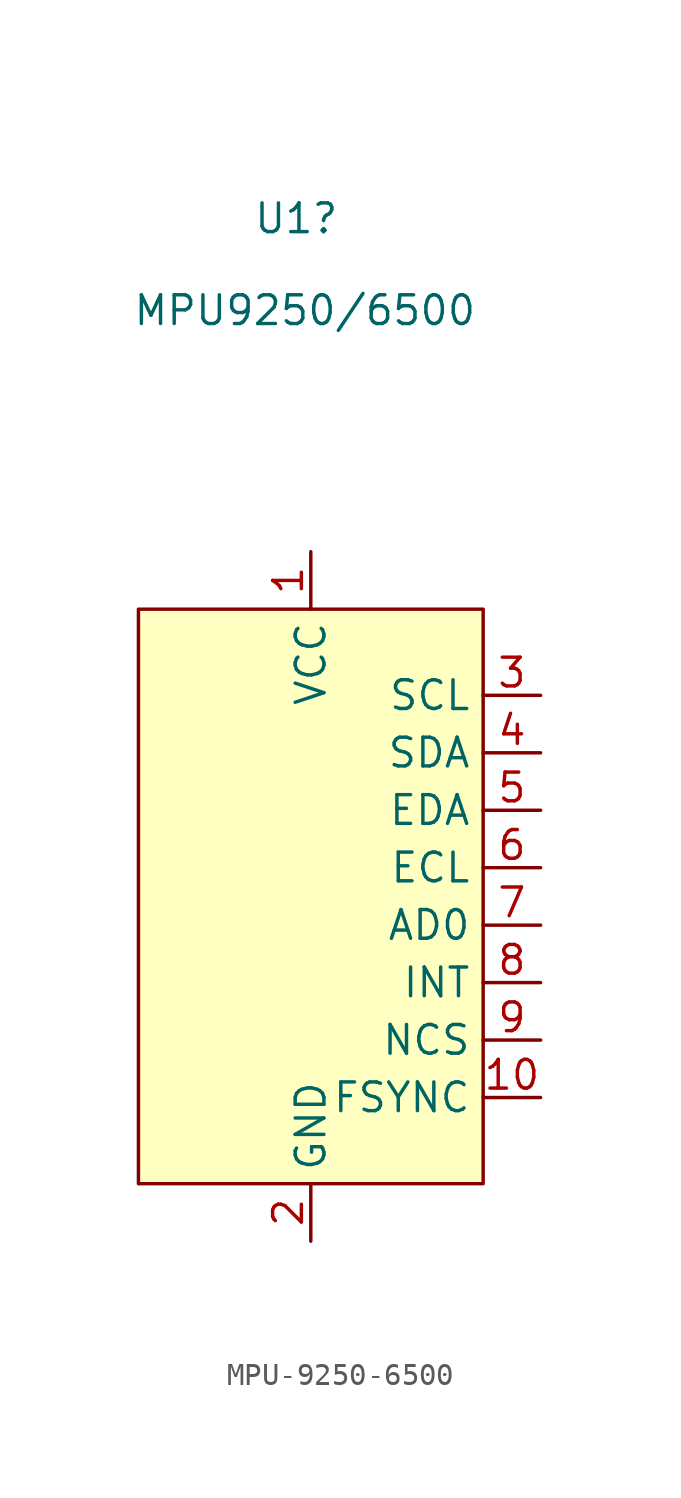
<source format=kicad_sym>
(kicad_symbol_lib
  (version 20241209)
  (generator "kicad_symbol_editor")
  (generator_version "9.0")
  (symbol "MPU-9250-6500"
    (property "Reference" "U1"
      (at 0 22.352 0)
      (effects (font (size 1.27 1.27)) (justify right)))
    (property "Value" "MPU9250/6500"
      (at 6.096 18.288 0)
      (effects (font (size 1.27 1.27)) (justify right)))
    (symbol "MPU-9250-6500_1_1"
      (rectangle (start -8.89 5.08) (end 6.35 -20.32) (stroke (width 0) (type solid)) (fill (type background)))
      (pin power_in line (at -1.27 7.62 270) (length 2.54) (name "VCC" (effects (font (size 1.27 1.27)))) (number "1" (effects (font (size 1.27 1.27)))))
      (pin power_in line (at -1.27 -22.86 90) (length 2.54) (name "GND" (effects (font (size 1.27 1.27)))) (number "2" (effects (font (size 1.27 1.27)))))
      (pin bidirectional line (at 8.89 1.27 180) (length 2.54) (name "SCL" (effects (font (size 1.27 1.27)))) (number "3" (effects (font (size 1.27 1.27)))))
      (pin bidirectional line (at 8.89 -1.27 180) (length 2.54) (name "SDA" (effects (font (size 1.27 1.27)))) (number "4" (effects (font (size 1.27 1.27)))))
      (pin bidirectional line (at 8.89 -3.81 180) (length 2.54) (name "EDA" (effects (font (size 1.27 1.27)))) (number "5" (effects (font (size 1.27 1.27)))))
      (pin bidirectional line (at 8.89 -6.35 180) (length 2.54) (name "ECL" (effects (font (size 1.27 1.27)))) (number "6" (effects (font (size 1.27 1.27)))))
      (pin input line (at 8.89 -8.89 180) (length 2.54) (name "AD0" (effects (font (size 1.27 1.27)))) (number "7" (effects (font (size 1.27 1.27)))))
      (pin input line (at 8.89 -11.43 180) (length 2.54) (name "INT" (effects (font (size 1.27 1.27)))) (number "8" (effects (font (size 1.27 1.27)))))
      (pin input line (at 8.89 -13.97 180) (length 2.54) (name "NCS" (effects (font (size 1.27 1.27)))) (number "9" (effects (font (size 1.27 1.27)))))
      (pin input line (at 8.89 -16.51 180) (length 2.54) (name "FSYNC" (effects (font (size 1.27 1.27)))) (number "10" (effects (font (size 1.27 1.27))))))))
</source>
